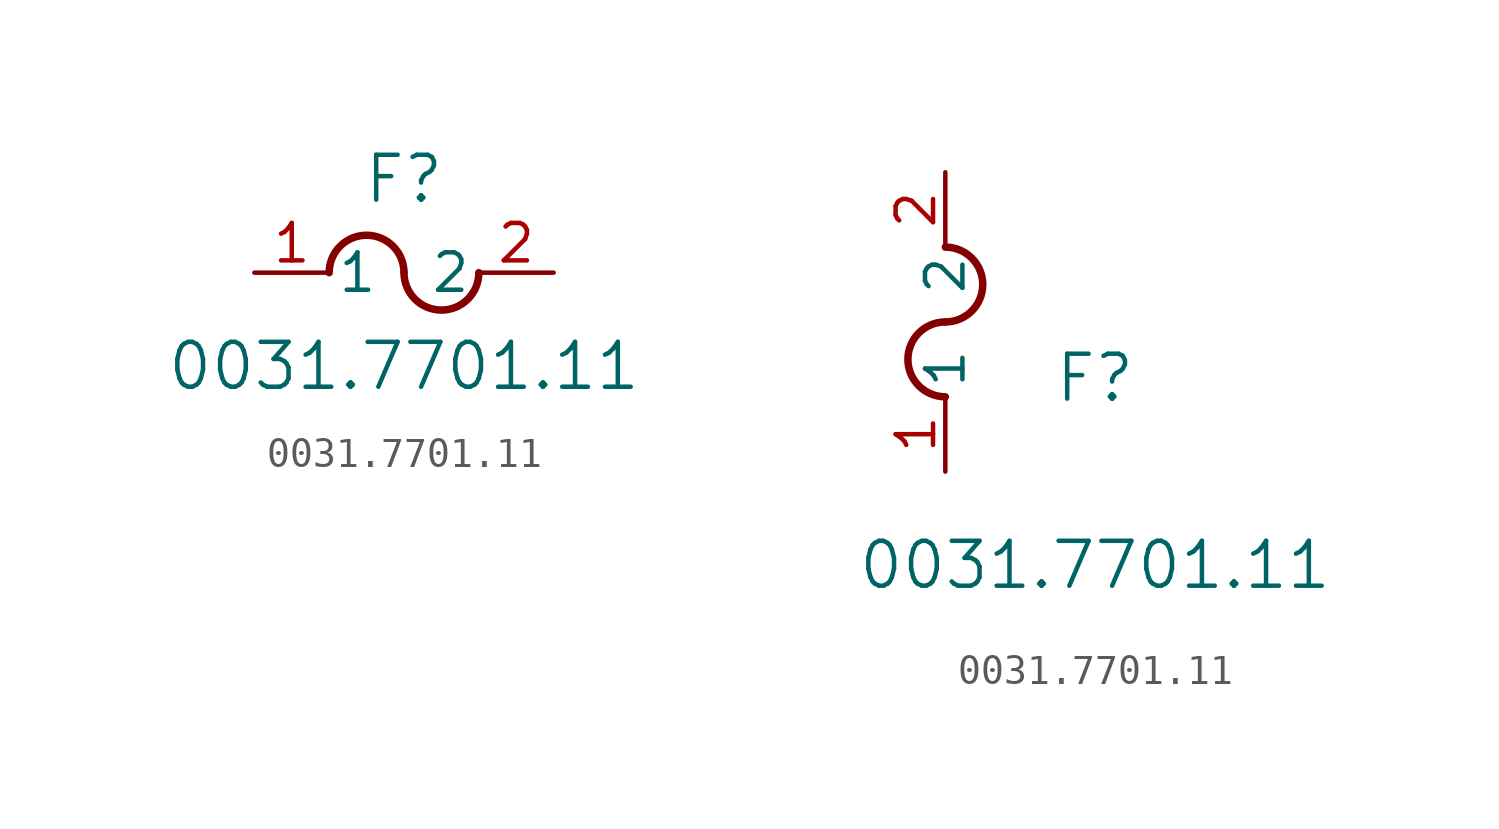
<source format=kicad_sym>
(kicad_symbol_lib
  (version 20211014)
  (generator kicad_symbol_editor)
  (symbol "0031.7701.11"
    (pin_names
      (offset 0.254))
    (property "Reference" "F"
      (at 5.08 3.175 0)
      (effects (font (size 1.524 1.524))))
    (property "Value" "0031.7701.11"
      (at 5.08 -3.175 0)
      (effects (font (size 1.524 1.524))))
    (symbol "0031.7701.11_1_1"
      (arc (start 5.08 0) (mid 3.81 1.27) (end 2.54 0) (stroke (width 0.254) (type default) (color 0 0 0 0)) (fill (type none)))
      (arc (start 5.08 0) (mid 6.35 -1.27) (end 7.62 0) (stroke (width 0.254) (type default) (color 0 0 0 0)) (fill (type none)))
      (pin unspecified line (at 0 0 0) (length 2.54) (name "1" (effects (font (size 1.27 1.27)))) (number "1" (effects (font (size 1.27 1.27)))))
      (pin unspecified line (at 10.16 0 180) (length 2.54) (name "2" (effects (font (size 1.27 1.27)))) (number "2" (effects (font (size 1.27 1.27))))))
    (symbol "0031.7701.11_1_2"
      (arc (start 0 5.08) (mid -1.27 3.81) (end 0 2.54) (stroke (width 0.254) (type default) (color 0 0 0 0)) (fill (type none)))
      (arc (start 0 5.08) (mid 1.27 6.35) (end 0 7.62) (stroke (width 0.254) (type default) (color 0 0 0 0)) (fill (type none)))
      (pin unspecified line (at 0 0 90) (length 2.54) (name "1" (effects (font (size 1.27 1.27)))) (number "1" (effects (font (size 1.27 1.27)))))
      (pin unspecified line (at 0 10.16 270) (length 2.54) (name "2" (effects (font (size 1.27 1.27)))) (number "2" (effects (font (size 1.27 1.27))))))))
</source>
